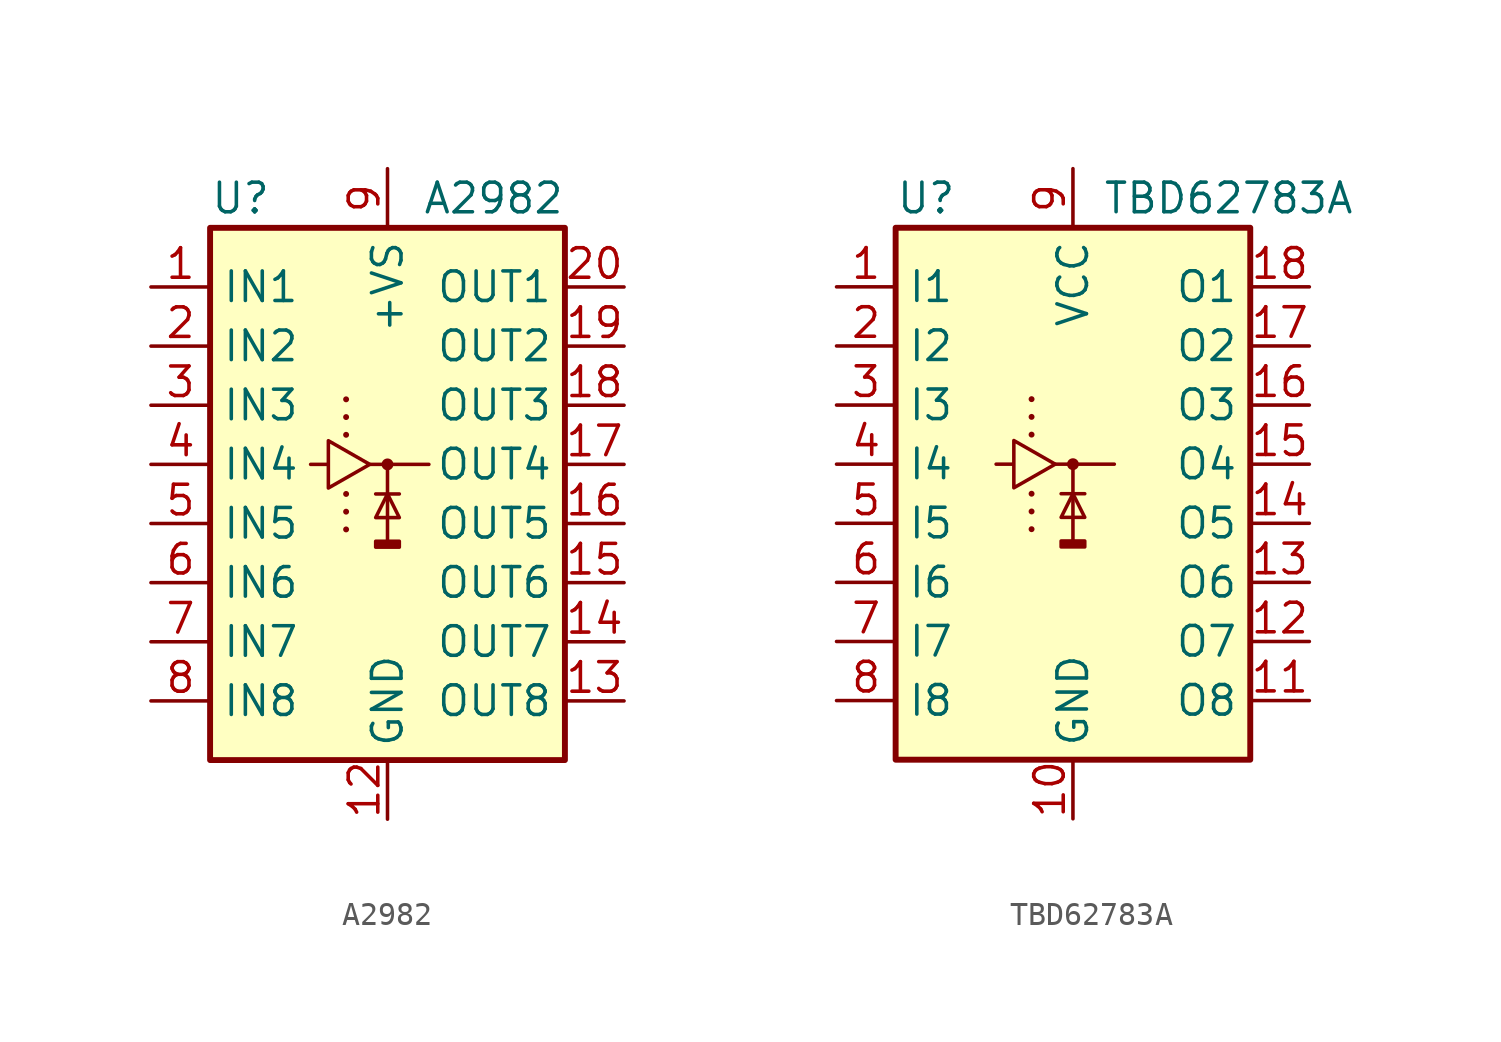
<source format=kicad_sym>
(kicad_symbol_lib
  (version 20200908)
  (generator kicad_symbol_editor)
  (symbol "Transistor_Array:A2982"
    (property "Reference" "U"
      (at -7.62 11.43 0)
      (effects (font (size 1.27 1.27)) (justify left)))
    (property "Value" "A2982"
      (at 7.62 11.43 0)
      (effects (font (size 1.27 1.27)) (justify right)))
    (symbol "A2982_0_1"
      (rectangle (start -7.62 10.16) (end 7.62 -12.7) (stroke (width 0.254)) (fill (type background)))
      (rectangle (start -0.508 -3.302) (end 0.508 -3.556) (stroke (width 0)) (fill (type outline)))
      (polyline (pts (xy -1.778 -2.794) (xy -1.778 -2.794)) (stroke (width 0.254)) (fill (type none)))
      (polyline (pts (xy -1.778 -2.032) (xy -1.778 -2.032)) (stroke (width 0.254)) (fill (type none)))
      (polyline (pts (xy -1.778 -1.27) (xy -1.778 -1.27)) (stroke (width 0.254)) (fill (type none)))
      (polyline (pts (xy -1.778 1.27) (xy -1.778 1.27)) (stroke (width 0.254)) (fill (type none)))
      (polyline (pts (xy -1.778 2.032) (xy -1.778 2.032)) (stroke (width 0.254)) (fill (type none)))
      (polyline (pts (xy -1.778 2.794) (xy -1.778 2.794)) (stroke (width 0.254)) (fill (type none)))
      (polyline (pts (xy -0.762 0) (xy 1.778 0)) (stroke (width 0)) (fill (type none)))
      (polyline (pts (xy -0.508 -1.27) (xy 0.508 -1.27)) (stroke (width 0)) (fill (type none)))
      (polyline (pts (xy 0 0) (xy 0 -3.302)) (stroke (width 0)) (fill (type none)))
      (polyline (pts (xy 0 0) (xy 0 0)) (stroke (width 0.508)) (fill (type none)))
      (polyline (pts (xy 0 -1.27) (xy -0.508 -2.286) (xy 0.508 -2.286) (xy 0 -1.27)) (stroke (width 0)) (fill (type none)))
      (polyline (pts (xy -3.302 0) (xy -2.54 0) (xy -2.54 1.016) (xy -0.762 0) (xy -2.54 -1.016) (xy -2.54 0)) (stroke (width 0)) (fill (type none))))
    (symbol "A2982_1_1"
      (pin input line (at -10.16 7.62 0) (length 2.54) (name "IN1" (effects (font (size 1.27 1.27)))) (number "1" (effects (font (size 1.27 1.27)))))
      (pin unconnected line (at -2.54 -12.7 90) (length 2.54) hide (name "NC" (effects (font (size 1.27 1.27)))) (number "10" (effects (font (size 1.27 1.27)))))
      (pin unconnected line (at 2.54 -12.7 90) (length 2.54) hide (name "NC" (effects (font (size 1.27 1.27)))) (number "11" (effects (font (size 1.27 1.27)))))
      (pin power_in line (at 0 -15.24 90) (length 2.54) (name "GND" (effects (font (size 1.27 1.27)))) (number "12" (effects (font (size 1.27 1.27)))))
      (pin open_emitter line (at 10.16 -10.16 180) (length 2.54) (name "OUT8" (effects (font (size 1.27 1.27)))) (number "13" (effects (font (size 1.27 1.27)))))
      (pin open_emitter line (at 10.16 -7.62 180) (length 2.54) (name "OUT7" (effects (font (size 1.27 1.27)))) (number "14" (effects (font (size 1.27 1.27)))))
      (pin open_emitter line (at 10.16 -5.08 180) (length 2.54) (name "OUT6" (effects (font (size 1.27 1.27)))) (number "15" (effects (font (size 1.27 1.27)))))
      (pin open_emitter line (at 10.16 -2.54 180) (length 2.54) (name "OUT5" (effects (font (size 1.27 1.27)))) (number "16" (effects (font (size 1.27 1.27)))))
      (pin open_emitter line (at 10.16 0 180) (length 2.54) (name "OUT4" (effects (font (size 1.27 1.27)))) (number "17" (effects (font (size 1.27 1.27)))))
      (pin open_emitter line (at 10.16 2.54 180) (length 2.54) (name "OUT3" (effects (font (size 1.27 1.27)))) (number "18" (effects (font (size 1.27 1.27)))))
      (pin open_emitter line (at 10.16 5.08 180) (length 2.54) (name "OUT2" (effects (font (size 1.27 1.27)))) (number "19" (effects (font (size 1.27 1.27)))))
      (pin input line (at -10.16 5.08 0) (length 2.54) (name "IN2" (effects (font (size 1.27 1.27)))) (number "2" (effects (font (size 1.27 1.27)))))
      (pin open_emitter line (at 10.16 7.62 180) (length 2.54) (name "OUT1" (effects (font (size 1.27 1.27)))) (number "20" (effects (font (size 1.27 1.27)))))
      (pin input line (at -10.16 2.54 0) (length 2.54) (name "IN3" (effects (font (size 1.27 1.27)))) (number "3" (effects (font (size 1.27 1.27)))))
      (pin input line (at -10.16 0 0) (length 2.54) (name "IN4" (effects (font (size 1.27 1.27)))) (number "4" (effects (font (size 1.27 1.27)))))
      (pin input line (at -10.16 -2.54 0) (length 2.54) (name "IN5" (effects (font (size 1.27 1.27)))) (number "5" (effects (font (size 1.27 1.27)))))
      (pin input line (at -10.16 -5.08 0) (length 2.54) (name "IN6" (effects (font (size 1.27 1.27)))) (number "6" (effects (font (size 1.27 1.27)))))
      (pin input line (at -10.16 -7.62 0) (length 2.54) (name "IN7" (effects (font (size 1.27 1.27)))) (number "7" (effects (font (size 1.27 1.27)))))
      (pin input line (at -10.16 -10.16 0) (length 2.54) (name "IN8" (effects (font (size 1.27 1.27)))) (number "8" (effects (font (size 1.27 1.27)))))
      (pin power_in line (at 0 12.7 270) (length 2.54) (name "+VS" (effects (font (size 1.27 1.27)))) (number "9" (effects (font (size 1.27 1.27)))))))
  (symbol "Transistor_Array:TBD62783A"
    (property "Reference" "U"
      (at -7.62 11.43 0)
      (effects (font (size 1.27 1.27)) (justify left)))
    (property "Value" "TBD62783A"
      (at 1.27 11.43 0)
      (effects (font (size 1.27 1.27)) (justify left)))
    (symbol "TBD62783A_0_1"
      (rectangle (start -7.62 10.16) (end 7.62 -12.7) (stroke (width 0.254)) (fill (type background)))
      (rectangle (start -0.508 -3.302) (end 0.508 -3.556) (stroke (width 0)) (fill (type outline)))
      (polyline (pts (xy -1.778 -2.794) (xy -1.778 -2.794)) (stroke (width 0.254)) (fill (type none)))
      (polyline (pts (xy -1.778 -2.032) (xy -1.778 -2.032)) (stroke (width 0.254)) (fill (type none)))
      (polyline (pts (xy -1.778 -1.27) (xy -1.778 -1.27)) (stroke (width 0.254)) (fill (type none)))
      (polyline (pts (xy -1.778 1.27) (xy -1.778 1.27)) (stroke (width 0.254)) (fill (type none)))
      (polyline (pts (xy -1.778 2.032) (xy -1.778 2.032)) (stroke (width 0.254)) (fill (type none)))
      (polyline (pts (xy -1.778 2.794) (xy -1.778 2.794)) (stroke (width 0.254)) (fill (type none)))
      (polyline (pts (xy -0.762 0) (xy 1.778 0)) (stroke (width 0)) (fill (type none)))
      (polyline (pts (xy -0.508 -1.27) (xy 0.508 -1.27)) (stroke (width 0)) (fill (type none)))
      (polyline (pts (xy 0 0) (xy 0 -3.302)) (stroke (width 0)) (fill (type none)))
      (polyline (pts (xy 0 0) (xy 0 0)) (stroke (width 0.508)) (fill (type none)))
      (polyline (pts (xy 0 -1.27) (xy -0.508 -2.286) (xy 0.508 -2.286) (xy 0 -1.27)) (stroke (width 0)) (fill (type none)))
      (polyline (pts (xy -3.302 0) (xy -2.54 0) (xy -2.54 1.016) (xy -0.762 0) (xy -2.54 -1.016) (xy -2.54 0)) (stroke (width 0)) (fill (type none))))
    (symbol "TBD62783A_1_1"
      (pin input line (at -10.16 7.62 0) (length 2.54) (name "I1" (effects (font (size 1.27 1.27)))) (number "1" (effects (font (size 1.27 1.27)))))
      (pin power_in line (at 0 -15.24 90) (length 2.54) (name "GND" (effects (font (size 1.27 1.27)))) (number "10" (effects (font (size 1.27 1.27)))))
      (pin open_emitter line (at 10.16 -10.16 180) (length 2.54) (name "O8" (effects (font (size 1.27 1.27)))) (number "11" (effects (font (size 1.27 1.27)))))
      (pin open_emitter line (at 10.16 -7.62 180) (length 2.54) (name "O7" (effects (font (size 1.27 1.27)))) (number "12" (effects (font (size 1.27 1.27)))))
      (pin open_emitter line (at 10.16 -5.08 180) (length 2.54) (name "O6" (effects (font (size 1.27 1.27)))) (number "13" (effects (font (size 1.27 1.27)))))
      (pin open_emitter line (at 10.16 -2.54 180) (length 2.54) (name "O5" (effects (font (size 1.27 1.27)))) (number "14" (effects (font (size 1.27 1.27)))))
      (pin open_emitter line (at 10.16 0 180) (length 2.54) (name "O4" (effects (font (size 1.27 1.27)))) (number "15" (effects (font (size 1.27 1.27)))))
      (pin open_emitter line (at 10.16 2.54 180) (length 2.54) (name "O3" (effects (font (size 1.27 1.27)))) (number "16" (effects (font (size 1.27 1.27)))))
      (pin open_emitter line (at 10.16 5.08 180) (length 2.54) (name "O2" (effects (font (size 1.27 1.27)))) (number "17" (effects (font (size 1.27 1.27)))))
      (pin open_emitter line (at 10.16 7.62 180) (length 2.54) (name "O1" (effects (font (size 1.27 1.27)))) (number "18" (effects (font (size 1.27 1.27)))))
      (pin input line (at -10.16 5.08 0) (length 2.54) (name "I2" (effects (font (size 1.27 1.27)))) (number "2" (effects (font (size 1.27 1.27)))))
      (pin input line (at -10.16 2.54 0) (length 2.54) (name "I3" (effects (font (size 1.27 1.27)))) (number "3" (effects (font (size 1.27 1.27)))))
      (pin input line (at -10.16 0 0) (length 2.54) (name "I4" (effects (font (size 1.27 1.27)))) (number "4" (effects (font (size 1.27 1.27)))))
      (pin input line (at -10.16 -2.54 0) (length 2.54) (name "I5" (effects (font (size 1.27 1.27)))) (number "5" (effects (font (size 1.27 1.27)))))
      (pin input line (at -10.16 -5.08 0) (length 2.54) (name "I6" (effects (font (size 1.27 1.27)))) (number "6" (effects (font (size 1.27 1.27)))))
      (pin input line (at -10.16 -7.62 0) (length 2.54) (name "I7" (effects (font (size 1.27 1.27)))) (number "7" (effects (font (size 1.27 1.27)))))
      (pin input line (at -10.16 -10.16 0) (length 2.54) (name "I8" (effects (font (size 1.27 1.27)))) (number "8" (effects (font (size 1.27 1.27)))))
      (pin power_in line (at 0 12.7 270) (length 2.54) (name "VCC" (effects (font (size 1.27 1.27)))) (number "9" (effects (font (size 1.27 1.27))))))))
</source>
